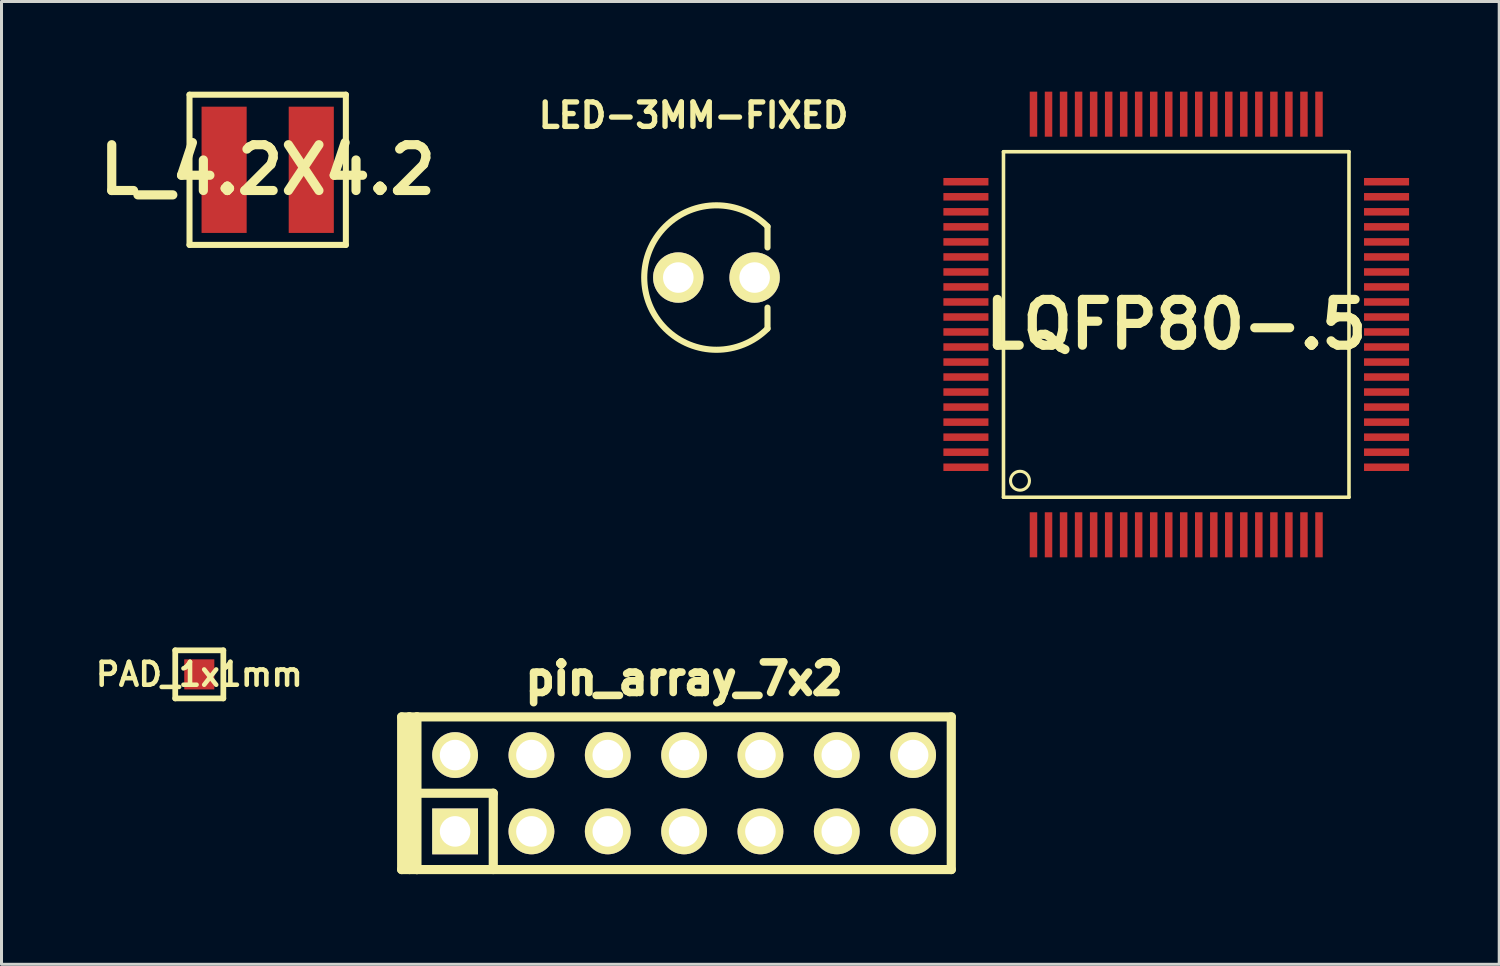
<source format=kicad_pcb>
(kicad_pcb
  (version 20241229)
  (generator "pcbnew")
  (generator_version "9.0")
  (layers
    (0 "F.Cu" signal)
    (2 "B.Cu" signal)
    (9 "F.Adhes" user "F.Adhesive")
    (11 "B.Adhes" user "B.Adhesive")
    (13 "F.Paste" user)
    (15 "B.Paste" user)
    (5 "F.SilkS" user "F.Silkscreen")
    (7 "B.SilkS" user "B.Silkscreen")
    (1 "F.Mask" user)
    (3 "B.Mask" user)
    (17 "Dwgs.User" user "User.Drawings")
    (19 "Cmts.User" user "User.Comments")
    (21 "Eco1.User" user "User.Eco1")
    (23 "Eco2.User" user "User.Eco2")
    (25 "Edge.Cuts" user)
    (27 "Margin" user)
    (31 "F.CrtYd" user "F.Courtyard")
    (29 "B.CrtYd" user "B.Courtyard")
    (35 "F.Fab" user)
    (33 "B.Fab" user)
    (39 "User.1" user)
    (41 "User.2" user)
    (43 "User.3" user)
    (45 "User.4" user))
  (footprint "LQFP80-.5"
    (layer "F.Cu")
    (at 36.088 7.747)
    (property "Reference" "LQFP80-.5" (at 0 0 0) (layer "F.SilkS") (effects (font (size 1.524 1.524) (thickness 0.305))))
    (attr through_hole)
    (fp_line (start -5.748 -5.748) (end -5.748 5.748) (stroke (width 0.119) (type solid)) (layer "F.SilkS"))
    (fp_line (start -5.748 -5.748) (end 5.748 -5.748) (stroke (width 0.119) (type solid)) (layer "F.SilkS"))
    (fp_line (start -5.748 5.748) (end 5.748 5.748) (stroke (width 0.119) (type solid)) (layer "F.SilkS"))
    (fp_line (start 5.748 -5.748) (end 5.748 5.748) (stroke (width 0.119) (type solid)) (layer "F.SilkS"))
    (fp_circle (center -5.199 5.199) (end -4.9 5.1) (stroke (width 0.102) (type solid)) (fill no) (layer "F.SilkS"))
    (pad "1" smd rect (at -4.75 6.998 180) (size 0.249 1.499) (layers "F.Cu" "F.Mask" "F.Paste"))
    (pad "2" smd rect (at -4.249 6.998 180) (size 0.249 1.499) (layers "F.Cu" "F.Mask" "F.Paste"))
    (pad "3" smd rect (at -3.749 6.998 180) (size 0.249 1.499) (layers "F.Cu" "F.Mask" "F.Paste"))
    (pad "4" smd rect (at -3.249 6.998 180) (size 0.249 1.499) (layers "F.Cu" "F.Mask" "F.Paste"))
    (pad "5" smd rect (at -2.748 6.998 180) (size 0.249 1.499) (layers "F.Cu" "F.Mask" "F.Paste"))
    (pad "6" smd rect (at -2.248 6.998 180) (size 0.249 1.499) (layers "F.Cu" "F.Mask" "F.Paste"))
    (pad "7" smd rect (at -1.748 6.998 180) (size 0.249 1.499) (layers "F.Cu" "F.Mask" "F.Paste"))
    (pad "8" smd rect (at -1.25 6.998 180) (size 0.249 1.499) (layers "F.Cu" "F.Mask" "F.Paste"))
    (pad "9" smd rect (at -0.749 6.998 180) (size 0.249 1.499) (layers "F.Cu" "F.Mask" "F.Paste"))
    (pad "10" smd rect (at -0.249 6.998 180) (size 0.249 1.499) (layers "F.Cu" "F.Mask" "F.Paste"))
    (pad "11" smd rect (at 0.249 6.998 180) (size 0.249 1.499) (layers "F.Cu" "F.Mask" "F.Paste"))
    (pad "12" smd rect (at 0.749 6.998 180) (size 0.249 1.499) (layers "F.Cu" "F.Mask" "F.Paste"))
    (pad "13" smd rect (at 1.25 6.998 180) (size 0.249 1.499) (layers "F.Cu" "F.Mask" "F.Paste"))
    (pad "14" smd rect (at 1.748 6.998 180) (size 0.249 1.499) (layers "F.Cu" "F.Mask" "F.Paste"))
    (pad "15" smd rect (at 2.248 6.998 180) (size 0.249 1.499) (layers "F.Cu" "F.Mask" "F.Paste"))
    (pad "16" smd rect (at 2.748 6.998 180) (size 0.249 1.499) (layers "F.Cu" "F.Mask" "F.Paste"))
    (pad "17" smd rect (at 3.249 6.998 180) (size 0.249 1.499) (layers "F.Cu" "F.Mask" "F.Paste"))
    (pad "18" smd rect (at 3.749 6.998 180) (size 0.249 1.499) (layers "F.Cu" "F.Mask" "F.Paste"))
    (pad "19" smd rect (at 4.249 6.998 180) (size 0.249 1.499) (layers "F.Cu" "F.Mask" "F.Paste"))
    (pad "20" smd rect (at 4.75 6.998 180) (size 0.249 1.499) (layers "F.Cu" "F.Mask" "F.Paste"))
    (pad "21" smd rect (at 6.998 4.75 270) (size 0.249 1.499) (layers "F.Cu" "F.Mask" "F.Paste"))
    (pad "22" smd rect (at 6.998 4.249 270) (size 0.249 1.499) (layers "F.Cu" "F.Mask" "F.Paste"))
    (pad "23" smd rect (at 6.998 3.749 270) (size 0.249 1.499) (layers "F.Cu" "F.Mask" "F.Paste"))
    (pad "24" smd rect (at 6.998 3.249 270) (size 0.249 1.499) (layers "F.Cu" "F.Mask" "F.Paste"))
    (pad "25" smd rect (at 6.998 2.748 270) (size 0.249 1.499) (layers "F.Cu" "F.Mask" "F.Paste"))
    (pad "26" smd rect (at 6.998 2.248 270) (size 0.249 1.499) (layers "F.Cu" "F.Mask" "F.Paste"))
    (pad "27" smd rect (at 6.998 1.748 270) (size 0.249 1.499) (layers "F.Cu" "F.Mask" "F.Paste"))
    (pad "28" smd rect (at 6.998 1.25 270) (size 0.249 1.499) (layers "F.Cu" "F.Mask" "F.Paste"))
    (pad "29" smd rect (at 6.998 0.749 270) (size 0.249 1.499) (layers "F.Cu" "F.Mask" "F.Paste"))
    (pad "30" smd rect (at 6.998 0.249 270) (size 0.249 1.499) (layers "F.Cu" "F.Mask" "F.Paste"))
    (pad "31" smd rect (at 6.998 -0.249 270) (size 0.249 1.499) (layers "F.Cu" "F.Mask" "F.Paste"))
    (pad "32" smd rect (at 6.998 -0.749 270) (size 0.249 1.499) (layers "F.Cu" "F.Mask" "F.Paste"))
    (pad "33" smd rect (at 6.998 -1.25 270) (size 0.249 1.499) (layers "F.Cu" "F.Mask" "F.Paste"))
    (pad "34" smd rect (at 6.998 -1.748 270) (size 0.249 1.499) (layers "F.Cu" "F.Mask" "F.Paste"))
    (pad "35" smd rect (at 6.998 -2.248 270) (size 0.249 1.499) (layers "F.Cu" "F.Mask" "F.Paste"))
    (pad "36" smd rect (at 6.998 -2.748 270) (size 0.249 1.499) (layers "F.Cu" "F.Mask" "F.Paste"))
    (pad "37" smd rect (at 6.998 -3.249 270) (size 0.249 1.499) (layers "F.Cu" "F.Mask" "F.Paste"))
    (pad "38" smd rect (at 6.998 -3.749 270) (size 0.249 1.499) (layers "F.Cu" "F.Mask" "F.Paste"))
    (pad "39" smd rect (at 6.998 -4.249 270) (size 0.249 1.499) (layers "F.Cu" "F.Mask" "F.Paste"))
    (pad "40" smd rect (at 6.998 -4.75 270) (size 0.249 1.499) (layers "F.Cu" "F.Mask" "F.Paste"))
    (pad "41" smd rect (at 4.75 -6.998) (size 0.249 1.499) (layers "F.Cu" "F.Mask" "F.Paste"))
    (pad "42" smd rect (at 4.249 -6.998) (size 0.249 1.499) (layers "F.Cu" "F.Mask" "F.Paste"))
    (pad "43" smd rect (at 3.749 -6.998) (size 0.249 1.499) (layers "F.Cu" "F.Mask" "F.Paste"))
    (pad "44" smd rect (at 3.249 -6.998) (size 0.249 1.499) (layers "F.Cu" "F.Mask" "F.Paste"))
    (pad "45" smd rect (at 2.748 -6.998) (size 0.249 1.499) (layers "F.Cu" "F.Mask" "F.Paste"))
    (pad "46" smd rect (at 2.248 -6.998) (size 0.249 1.499) (layers "F.Cu" "F.Mask" "F.Paste"))
    (pad "47" smd rect (at 1.748 -6.998) (size 0.249 1.499) (layers "F.Cu" "F.Mask" "F.Paste"))
    (pad "48" smd rect (at 1.25 -6.998) (size 0.249 1.499) (layers "F.Cu" "F.Mask" "F.Paste"))
    (pad "49" smd rect (at 0.749 -6.998) (size 0.249 1.499) (layers "F.Cu" "F.Mask" "F.Paste"))
    (pad "50" smd rect (at 0.249 -6.998) (size 0.249 1.499) (layers "F.Cu" "F.Mask" "F.Paste"))
    (pad "51" smd rect (at -0.249 -6.998) (size 0.249 1.499) (layers "F.Cu" "F.Mask" "F.Paste"))
    (pad "52" smd rect (at -0.749 -6.998) (size 0.249 1.499) (layers "F.Cu" "F.Mask" "F.Paste"))
    (pad "53" smd rect (at -1.25 -6.998) (size 0.249 1.499) (layers "F.Cu" "F.Mask" "F.Paste"))
    (pad "54" smd rect (at -1.748 -6.998) (size 0.249 1.499) (layers "F.Cu" "F.Mask" "F.Paste"))
    (pad "55" smd rect (at -2.248 -6.998) (size 0.249 1.499) (layers "F.Cu" "F.Mask" "F.Paste"))
    (pad "56" smd rect (at -2.748 -6.998) (size 0.249 1.499) (layers "F.Cu" "F.Mask" "F.Paste"))
    (pad "57" smd rect (at -3.249 -6.998) (size 0.249 1.499) (layers "F.Cu" "F.Mask" "F.Paste"))
    (pad "58" smd rect (at -3.749 -6.998) (size 0.249 1.499) (layers "F.Cu" "F.Mask" "F.Paste"))
    (pad "59" smd rect (at -4.249 -6.998) (size 0.249 1.499) (layers "F.Cu" "F.Mask" "F.Paste"))
    (pad "60" smd rect (at -4.75 -6.998) (size 0.249 1.499) (layers "F.Cu" "F.Mask" "F.Paste"))
    (pad "61" smd rect (at -6.998 -4.75 90) (size 0.249 1.499) (layers "F.Cu" "F.Mask" "F.Paste"))
    (pad "62" smd rect (at -6.998 -4.249 90) (size 0.249 1.499) (layers "F.Cu" "F.Mask" "F.Paste"))
    (pad "63" smd rect (at -6.998 -3.749 90) (size 0.249 1.499) (layers "F.Cu" "F.Mask" "F.Paste"))
    (pad "64" smd rect (at -6.998 -3.249 90) (size 0.249 1.499) (layers "F.Cu" "F.Mask" "F.Paste"))
    (pad "65" smd rect (at -6.998 -2.748 90) (size 0.249 1.499) (layers "F.Cu" "F.Mask" "F.Paste"))
    (pad "66" smd rect (at -6.998 -2.248 90) (size 0.249 1.499) (layers "F.Cu" "F.Mask" "F.Paste"))
    (pad "67" smd rect (at -6.998 -1.748 90) (size 0.249 1.499) (layers "F.Cu" "F.Mask" "F.Paste"))
    (pad "68" smd rect (at -6.998 -1.25 90) (size 0.249 1.499) (layers "F.Cu" "F.Mask" "F.Paste"))
    (pad "69" smd rect (at -6.998 -0.749 90) (size 0.249 1.499) (layers "F.Cu" "F.Mask" "F.Paste"))
    (pad "70" smd rect (at -6.998 -0.249 90) (size 0.249 1.499) (layers "F.Cu" "F.Mask" "F.Paste"))
    (pad "71" smd rect (at -6.998 0.249 90) (size 0.249 1.499) (layers "F.Cu" "F.Mask" "F.Paste"))
    (pad "72" smd rect (at -6.998 0.749 90) (size 0.249 1.499) (layers "F.Cu" "F.Mask" "F.Paste"))
    (pad "73" smd rect (at -6.998 1.25 90) (size 0.249 1.499) (layers "F.Cu" "F.Mask" "F.Paste"))
    (pad "74" smd rect (at -6.998 1.748 90) (size 0.249 1.499) (layers "F.Cu" "F.Mask" "F.Paste"))
    (pad "75" smd rect (at -6.998 2.248 90) (size 0.249 1.499) (layers "F.Cu" "F.Mask" "F.Paste"))
    (pad "76" smd rect (at -6.998 2.748 90) (size 0.249 1.499) (layers "F.Cu" "F.Mask" "F.Paste"))
    (pad "77" smd rect (at -6.998 3.249 90) (size 0.249 1.499) (layers "F.Cu" "F.Mask" "F.Paste"))
    (pad "78" smd rect (at -6.998 3.749 90) (size 0.249 1.499) (layers "F.Cu" "F.Mask" "F.Paste"))
    (pad "79" smd rect (at -6.998 4.249 90) (size 0.249 1.499) (layers "F.Cu" "F.Mask" "F.Paste"))
    (pad "80" smd rect (at -6.998 4.75 90) (size 0.249 1.499) (layers "F.Cu" "F.Mask" "F.Paste")))
  (footprint "PAD_1x1mm"
    (layer "F.Cu")
    (at 3.581 19.389)
    (property "Reference" "PAD_1x1mm" (at 0 0 0) (layer "F.SilkS") (effects (font (size 0.762 0.762) (thickness 0.152))))
    (attr through_hole)
    (fp_line (start -0.8 -0.8) (end 0.8 -0.8) (stroke (width 0.191) (type solid)) (layer "F.SilkS"))
    (fp_line (start -0.8 0.8) (end -0.8 -0.8) (stroke (width 0.191) (type solid)) (layer "F.SilkS"))
    (fp_line (start 0.8 -0.8) (end 0.8 0.8) (stroke (width 0.191) (type solid)) (layer "F.SilkS"))
    (fp_line (start 0.8 0.8) (end -0.8 0.8) (stroke (width 0.191) (type solid)) (layer "F.SilkS"))
    (pad "1" smd rect (at 0 0) (size 1.001 1.001) (layers "F.Cu" "F.Mask" "F.Paste")))
  (footprint "L_4.2X4.2"
    (layer "F.Cu")
    (at 5.857 2.6)
    (property "Reference" "L_4.2X4.2" (at 0 0 0) (layer "F.SilkS") (effects (font (size 1.524 1.524) (thickness 0.305))))
    (attr through_hole)
    (fp_line (start -2.601 -2.499) (end 2.601 -2.499) (stroke (width 0.201) (type solid)) (layer "F.SilkS"))
    (fp_line (start -2.601 2.499) (end -2.601 -2.499) (stroke (width 0.201) (type solid)) (layer "F.SilkS"))
    (fp_line (start 2.601 -2.499) (end 2.601 2.499) (stroke (width 0.201) (type solid)) (layer "F.SilkS"))
    (fp_line (start 2.601 2.499) (end -2.601 2.499) (stroke (width 0.201) (type solid)) (layer "F.SilkS"))
    (pad "1" smd rect (at -1.45 0) (size 1.501 4.201) (layers "F.Cu" "F.Mask" "F.Paste"))
    (pad "2" smd rect (at 1.45 0) (size 1.501 4.201) (layers "F.Cu" "F.Mask" "F.Paste")))
  (footprint "LED-3MM-FIXED"
    (layer "F.Cu")
    (at 20.789 6.185)
    (property "Reference" "LED-3MM-FIXED" (at -0.762 -5.397 0) (layer "F.SilkS") (effects (font (size 0.813 0.813) (thickness 0.178))))
    (attr exclude_from_pos_files exclude_from_bom)
    (fp_line (start 1.699 -1.699) (end 1.699 -1.001) (stroke (width 0.203) (type solid)) (layer "F.SilkS"))
    (fp_line (start 1.699 1.699) (end 1.699 1.001) (stroke (width 0.203) (type solid)) (layer "F.SilkS"))
    (fp_arc (start 1.69926 1.69926) (mid -2.403117 0) (end 1.69926 -1.69926) (stroke (width 0.2032) (type solid)) (layer "F.SilkS"))
    (pad "1" thru_hole circle (at -1.27 0) (size 1.676 1.676) (drill 1.016) (layers "*.Cu" "*.Mask" "F.SilkS"))
    (pad "2" thru_hole circle (at 1.27 0) (size 1.676 1.676) (drill 1.016) (layers "*.Cu" "*.Mask" "F.SilkS")))
  (footprint "pin_array_7x2"
    (layer "F.Cu")
    (at 19.713 23.344)
    (property "Reference" "pin_array_7x2" (at 0 -3.81 0) (layer "F.SilkS") (effects (font (size 1.016 1.016) (thickness 0.254))))
    (attr through_hole)
    (fp_line (start -9.398 -2.54) (end -9.398 2.54) (stroke (width 0.305) (type solid)) (layer "F.SilkS"))
    (fp_line (start -9.398 2.54) (end -9.207 2.54) (stroke (width 0.305) (type solid)) (layer "F.SilkS"))
    (fp_line (start -9.144 -2.54) (end -9.398 -2.54) (stroke (width 0.305) (type solid)) (layer "F.SilkS"))
    (fp_line (start -9.144 -2.54) (end -9.144 2.54) (stroke (width 0.305) (type solid)) (layer "F.SilkS"))
    (fp_line (start -9.144 2.54) (end -8.89 2.54) (stroke (width 0.305) (type solid)) (layer "F.SilkS"))
    (fp_line (start -9.017 0) (end -6.35 0) (stroke (width 0.305) (type solid)) (layer "F.SilkS"))
    (fp_line (start -8.89 -2.54) (end -9.144 -2.54) (stroke (width 0.305) (type solid)) (layer "F.SilkS"))
    (fp_line (start -8.89 -2.54) (end 8.89 -2.54) (stroke (width 0.305) (type solid)) (layer "F.SilkS"))
    (fp_line (start -8.89 2.54) (end -8.89 -2.54) (stroke (width 0.305) (type solid)) (layer "F.SilkS"))
    (fp_line (start -8.89 2.54) (end 8.89 2.54) (stroke (width 0.305) (type solid)) (layer "F.SilkS"))
    (fp_line (start -6.35 0) (end -6.35 2.54) (stroke (width 0.305) (type solid)) (layer "F.SilkS"))
    (fp_line (start 8.89 -2.54) (end 8.89 2.54) (stroke (width 0.305) (type solid)) (layer "F.SilkS"))
    (pad "1" thru_hole rect (at -7.62 1.27) (size 1.524 1.524) (drill 1.016) (layers "*.Cu" "*.Mask" "F.SilkS"))
    (pad "2" thru_hole circle (at -7.62 -1.27) (size 1.524 1.524) (drill 1.016) (layers "*.Cu" "*.Mask" "F.SilkS"))
    (pad "3" thru_hole circle (at -5.08 1.27) (size 1.524 1.524) (drill 1.016) (layers "*.Cu" "*.Mask" "F.SilkS"))
    (pad "4" thru_hole circle (at -5.08 -1.27) (size 1.524 1.524) (drill 1.016) (layers "*.Cu" "*.Mask" "F.SilkS"))
    (pad "5" thru_hole circle (at -2.54 1.27) (size 1.524 1.524) (drill 1.016) (layers "*.Cu" "*.Mask" "F.SilkS"))
    (pad "6" thru_hole circle (at -2.54 -1.27) (size 1.524 1.524) (drill 1.016) (layers "*.Cu" "*.Mask" "F.SilkS"))
    (pad "7" thru_hole circle (at 0 1.27) (size 1.524 1.524) (drill 1.016) (layers "*.Cu" "*.Mask" "F.SilkS"))
    (pad "8" thru_hole circle (at 0 -1.27) (size 1.524 1.524) (drill 1.016) (layers "*.Cu" "*.Mask" "F.SilkS"))
    (pad "9" thru_hole circle (at 2.54 1.27) (size 1.524 1.524) (drill 1.016) (layers "*.Cu" "*.Mask" "F.SilkS"))
    (pad "10" thru_hole circle (at 2.54 -1.27) (size 1.524 1.524) (drill 1.016) (layers "*.Cu" "*.Mask" "F.SilkS"))
    (pad "11" thru_hole circle (at 5.08 1.27) (size 1.524 1.524) (drill 1.016) (layers "*.Cu" "*.Mask" "F.SilkS"))
    (pad "12" thru_hole circle (at 5.08 -1.27) (size 1.524 1.524) (drill 1.016) (layers "*.Cu" "*.Mask" "F.SilkS"))
    (pad "13" thru_hole circle (at 7.62 1.27) (size 1.524 1.524) (drill 1.016) (layers "*.Cu" "*.Mask" "F.SilkS"))
    (pad "14" thru_hole circle (at 7.62 -1.27) (size 1.524 1.524) (drill 1.016) (layers "*.Cu" "*.Mask" "F.SilkS")))
  (gr_rect
    (start -3 -3)
    (end 46.835 29.037)
    (stroke (width 0.1) (type default))
    (fill no)
    (layer "Edge.Cuts")))
</source>
